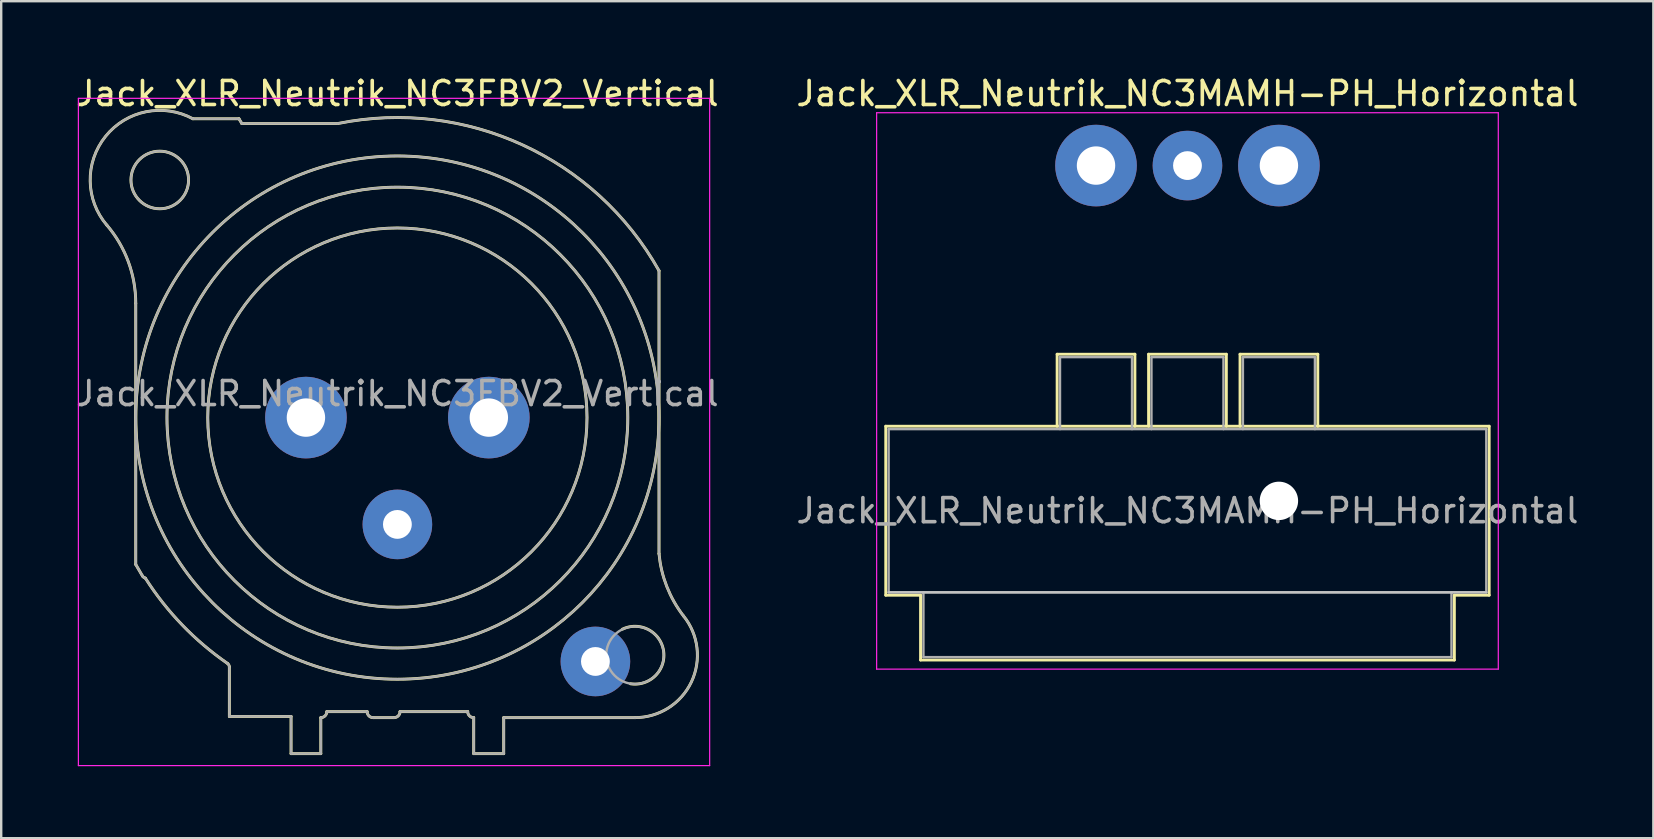
<source format=kicad_pcb>
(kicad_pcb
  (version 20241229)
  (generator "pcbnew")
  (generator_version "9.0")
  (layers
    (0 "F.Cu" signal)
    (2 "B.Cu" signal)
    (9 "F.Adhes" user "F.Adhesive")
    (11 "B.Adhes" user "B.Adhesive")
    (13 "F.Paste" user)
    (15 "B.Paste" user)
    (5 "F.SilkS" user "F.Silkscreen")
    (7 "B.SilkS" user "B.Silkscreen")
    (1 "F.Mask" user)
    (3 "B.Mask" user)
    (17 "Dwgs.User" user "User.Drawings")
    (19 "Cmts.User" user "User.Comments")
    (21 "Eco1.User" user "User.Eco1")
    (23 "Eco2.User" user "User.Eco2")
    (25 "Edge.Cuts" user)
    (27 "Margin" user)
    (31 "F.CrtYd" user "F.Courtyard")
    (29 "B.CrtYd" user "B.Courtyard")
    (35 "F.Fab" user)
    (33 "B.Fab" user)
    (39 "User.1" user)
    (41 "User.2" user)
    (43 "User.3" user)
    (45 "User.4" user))
  (footprint "Jack_XLR_Neutrik_NC3MAMH-PH_Horizontal"
    (layer "F.Cu")
    (at 42.613 3.848)
    (property "Reference" "Jack_XLR_Neutrik_NC3MAMH-PH_Horizontal" (at 3.81 -3 0) (layer "F.SilkS") (effects (font (size 1 1) (thickness 0.15))))
    (attr through_hole)
    (fp_line (start -8.76 10.86) (end 16.38 10.86) (stroke (width 0.12) (type solid)) (layer "F.SilkS"))
    (fp_line (start -8.76 17.9) (end -8.76 10.86) (stroke (width 0.12) (type solid)) (layer "F.SilkS"))
    (fp_line (start -7.31 17.9) (end -8.76 17.9) (stroke (width 0.12) (type solid)) (layer "F.SilkS"))
    (fp_line (start -7.31 17.9) (end -7.31 20.6) (stroke (width 0.12) (type solid)) (layer "F.SilkS"))
    (fp_line (start -1.62 10.86) (end -1.62 7.86) (stroke (width 0.12) (type solid)) (layer "F.SilkS"))
    (fp_line (start 1.62 7.86) (end -1.62 7.86) (stroke (width 0.12) (type solid)) (layer "F.SilkS"))
    (fp_line (start 1.62 10.86) (end 1.62 7.86) (stroke (width 0.12) (type solid)) (layer "F.SilkS"))
    (fp_line (start 2.19 10.86) (end 2.19 7.86) (stroke (width 0.12) (type solid)) (layer "F.SilkS"))
    (fp_line (start 5.43 7.86) (end 2.19 7.86) (stroke (width 0.12) (type solid)) (layer "F.SilkS"))
    (fp_line (start 5.43 10.86) (end 5.43 7.86) (stroke (width 0.12) (type solid)) (layer "F.SilkS"))
    (fp_line (start 6 10.86) (end 6 7.86) (stroke (width 0.12) (type solid)) (layer "F.SilkS"))
    (fp_line (start 9.24 7.86) (end 6 7.86) (stroke (width 0.12) (type solid)) (layer "F.SilkS"))
    (fp_line (start 9.24 10.86) (end 9.24 7.86) (stroke (width 0.12) (type solid)) (layer "F.SilkS"))
    (fp_line (start 14.93 17.9) (end 14.93 20.6) (stroke (width 0.12) (type solid)) (layer "F.SilkS"))
    (fp_line (start 14.93 20.6) (end -7.31 20.6) (stroke (width 0.12) (type solid)) (layer "F.SilkS"))
    (fp_line (start 16.38 17.9) (end 14.93 17.9) (stroke (width 0.12) (type solid)) (layer "F.SilkS"))
    (fp_line (start 16.38 17.9) (end 16.38 10.86) (stroke (width 0.12) (type solid)) (layer "F.SilkS"))
    (fp_line (start 16.26 17.78) (end -8.64 17.78) (stroke (width 0.1) (type solid)) (layer "Dwgs.User"))
    (fp_line (start -9.14 20.98) (end -9.14 -2.2) (stroke (width 0.05) (type solid)) (layer "F.CrtYd"))
    (fp_line (start 16.76 -2.2) (end -9.14 -2.2) (stroke (width 0.05) (type solid)) (layer "F.CrtYd"))
    (fp_line (start 16.76 20.98) (end -9.14 20.98) (stroke (width 0.05) (type solid)) (layer "F.CrtYd"))
    (fp_line (start 16.76 20.98) (end 16.76 -2.2) (stroke (width 0.05) (type solid)) (layer "F.CrtYd"))
    (fp_line (start -8.64 10.98) (end 16.26 10.98) (stroke (width 0.1) (type solid)) (layer "F.Fab"))
    (fp_line (start -8.64 17.78) (end -8.64 10.98) (stroke (width 0.1) (type solid)) (layer "F.Fab"))
    (fp_line (start -7.19 20.48) (end -7.19 17.78) (stroke (width 0.1) (type solid)) (layer "F.Fab"))
    (fp_line (start -1.5 7.98) (end -1.5 10.98) (stroke (width 0.1) (type solid)) (layer "F.Fab"))
    (fp_line (start 1.5 7.98) (end -1.5 7.98) (stroke (width 0.1) (type solid)) (layer "F.Fab"))
    (fp_line (start 1.5 10.98) (end 1.5 7.98) (stroke (width 0.1) (type solid)) (layer "F.Fab"))
    (fp_line (start 2.31 10.98) (end 2.31 7.98) (stroke (width 0.1) (type solid)) (layer "F.Fab"))
    (fp_line (start 5.31 7.98) (end 2.31 7.98) (stroke (width 0.1) (type solid)) (layer "F.Fab"))
    (fp_line (start 5.31 10.98) (end 5.31 7.98) (stroke (width 0.1) (type solid)) (layer "F.Fab"))
    (fp_line (start 6.12 10.98) (end 6.12 7.98) (stroke (width 0.1) (type solid)) (layer "F.Fab"))
    (fp_line (start 9.12 7.98) (end 6.12 7.98) (stroke (width 0.1) (type solid)) (layer "F.Fab"))
    (fp_line (start 9.12 10.98) (end 9.12 7.98) (stroke (width 0.1) (type solid)) (layer "F.Fab"))
    (fp_line (start 14.81 17.78) (end 14.81 20.48) (stroke (width 0.1) (type solid)) (layer "F.Fab"))
    (fp_line (start 14.81 20.48) (end -7.19 20.48) (stroke (width 0.1) (type solid)) (layer "F.Fab"))
    (fp_line (start 16.26 10.98) (end 16.26 17.78) (stroke (width 0.1) (type solid)) (layer "F.Fab"))
    (fp_line (start 16.26 17.78) (end -8.64 17.78) (stroke (width 0.1) (type solid)) (layer "F.Fab"))
    (fp_text user "${REFERENCE}" (at 3.81 14.38 0) (layer "F.Fab") (effects (font (size 1 1) (thickness 0.15))))
    (pad "" np_thru_hole circle (at 7.62 13.97) (size 1.6 1.6) (drill 1.6) (layers "*.Cu" "*.Mask"))
    (pad "1" thru_hole circle (at 0 0) (size 3.4 3.4) (drill 1.6) (layers "*.Cu" "*.Mask"))
    (pad "2" thru_hole circle (at 7.62 0) (size 3.4 3.4) (drill 1.6) (layers "*.Cu" "*.Mask"))
    (pad "3" thru_hole circle (at 3.81 0) (size 2.9 2.9) (drill 1.2) (layers "*.Cu" "*.Mask")))
  (footprint "Jack_XLR_Neutrik_NC3FBV2_Vertical"
    (layer "F.Cu")
    (at 17.316 14.348)
    (property "Reference" "Jack_XLR_Neutrik_NC3FBV2_Vertical" (at -3.81 -13.5 0) (layer "F.SilkS") (effects (font (size 1 1) (thickness 0.15))))
    (attr through_hole)
    (fp_line (start -14.71 -4.76) (end -14.71 6.12) (stroke (width 0.12) (type solid)) (layer "F.SilkS"))
    (fp_line (start -14.71 6.12) (end -14.43 6.6) (stroke (width 0.12) (type solid)) (layer "F.SilkS"))
    (fp_line (start -10.81 10.39) (end -10.81 12.45) (stroke (width 0.12) (type solid)) (layer "F.SilkS"))
    (fp_line (start -10.81 12.45) (end -8.24 12.45) (stroke (width 0.12) (type solid)) (layer "F.SilkS"))
    (fp_line (start -10.41 -12.45) (end -12.33 -12.45) (stroke (width 0.12) (type solid)) (layer "F.SilkS"))
    (fp_line (start -10.29 -12.25) (end -10.41 -12.45) (stroke (width 0.12) (type solid)) (layer "F.SilkS"))
    (fp_line (start -8.24 12.45) (end -8.24 14) (stroke (width 0.12) (type solid)) (layer "F.SilkS"))
    (fp_line (start -7 14) (end -8.24 14) (stroke (width 0.12) (type solid)) (layer "F.SilkS"))
    (fp_line (start -7 14) (end -7 12.5) (stroke (width 0.12) (type solid)) (layer "F.SilkS"))
    (fp_line (start -6.75 12.25) (end -5.07 12.25) (stroke (width 0.12) (type solid)) (layer "F.SilkS"))
    (fp_line (start -6.3 -12.25) (end -10.29 -12.25) (stroke (width 0.12) (type solid)) (layer "F.SilkS"))
    (fp_line (start -4.82 12.5) (end -3.95 12.5) (stroke (width 0.12) (type solid)) (layer "F.SilkS"))
    (fp_line (start -3.7 12.25) (end -0.88 12.25) (stroke (width 0.12) (type solid)) (layer "F.SilkS"))
    (fp_line (start -0.63 12.5) (end -0.63 14) (stroke (width 0.12) (type solid)) (layer "F.SilkS"))
    (fp_line (start 0.62 12.5) (end 6.09 12.5) (stroke (width 0.12) (type solid)) (layer "F.SilkS"))
    (fp_line (start 0.62 14) (end -0.63 14) (stroke (width 0.12) (type solid)) (layer "F.SilkS"))
    (fp_line (start 0.62 14) (end 0.62 12.5) (stroke (width 0.12) (type solid)) (layer "F.SilkS"))
    (fp_line (start 7.09 5.67) (end 7.09 -6.12) (stroke (width 0.12) (type solid)) (layer "F.SilkS"))
    (fp_arc (start -15.916051 -8.020379) (mid -15.021177 -6.498148) (end -14.71 -4.76) (stroke (width 0.12) (type solid)) (layer "F.SilkS"))
    (fp_arc (start -15.908884 -8.010077) (mid -15.967404 -11.719623) (end -12.33 -12.45) (stroke (width 0.12) (type solid)) (layer "F.SilkS"))
    (fp_arc (start -14.313753 6.685219) (mid -14.379716 6.653303) (end -14.43 6.6) (stroke (width 0.12) (type solid)) (layer "F.SilkS"))
    (fp_arc (start -10.879208 10.248532) (mid -12.772983 8.641241) (end -14.31 6.69) (stroke (width 0.12) (type solid)) (layer "F.SilkS"))
    (fp_arc (start -10.874359 10.252686) (mid -10.828679 10.315015) (end -10.81 10.39) (stroke (width 0.12) (type solid)) (layer "F.SilkS"))
    (fp_arc (start -6.75 12.25) (mid -6.823223 12.426777) (end -7 12.5) (stroke (width 0.12) (type solid)) (layer "F.SilkS"))
    (fp_arc (start -6.283571 -12.253402) (mid 1.401126 -11.362596) (end 7.09 -6.12) (stroke (width 0.12) (type solid)) (layer "F.SilkS"))
    (fp_arc (start -4.82 12.5) (mid -4.996777 12.426777) (end -5.07 12.25) (stroke (width 0.12) (type solid)) (layer "F.SilkS"))
    (fp_arc (start -3.7 12.25) (mid -3.773223 12.426777) (end -3.95 12.5) (stroke (width 0.12) (type solid)) (layer "F.SilkS"))
    (fp_arc (start -0.63 12.5) (mid -0.806777 12.426777) (end -0.88 12.25) (stroke (width 0.12) (type solid)) (layer "F.SilkS"))
    (fp_arc (start 5.563083 8.81623) (mid 7.282057 9.723366) (end 5.9 11.09) (stroke (width 0.12) (type solid)) (layer "F.SilkS"))
    (fp_arc (start 8.110579 8.263767) (mid 8.436721 11.019329) (end 6.09 12.5) (stroke (width 0.12) (type solid)) (layer "F.SilkS"))
    (fp_arc (start 8.111727 8.266808) (mid 7.416073 7.041111) (end 7.09 5.67) (stroke (width 0.12) (type solid)) (layer "F.SilkS"))
    (fp_circle (center -13.71 -9.9) (end -12.51 -9.9) (stroke (width 0.12) (type solid)) (fill no) (layer "F.SilkS"))
    (fp_circle (center -3.81 0) (end 4.09 0) (stroke (width 0.12) (type solid)) (fill no) (layer "F.SilkS"))
    (fp_circle (center -3.81 0) (end 5.79 0) (stroke (width 0.12) (type solid)) (fill no) (layer "F.SilkS"))
    (fp_circle (center -3.81 0) (end 7.09 0) (stroke (width 0.12) (type solid)) (fill no) (layer "F.SilkS"))
    (fp_line (start -17.1 -13.3) (end 9.2 -13.3) (stroke (width 0.05) (type solid)) (layer "F.CrtYd"))
    (fp_line (start -17.1 14.5) (end -17.1 -13.3) (stroke (width 0.05) (type solid)) (layer "F.CrtYd"))
    (fp_line (start 9.2 -13.3) (end 9.2 14.5) (stroke (width 0.05) (type solid)) (layer "F.CrtYd"))
    (fp_line (start 9.2 14.5) (end -17.1 14.5) (stroke (width 0.05) (type solid)) (layer "F.CrtYd"))
    (fp_line (start -14.71 -4.76) (end -14.71 6.12) (stroke (width 0.1) (type solid)) (layer "F.Fab"))
    (fp_line (start -14.71 6.12) (end -14.43 6.6) (stroke (width 0.1) (type solid)) (layer "F.Fab"))
    (fp_line (start -10.81 10.39) (end -10.81 12.45) (stroke (width 0.1) (type solid)) (layer "F.Fab"))
    (fp_line (start -10.81 12.45) (end -8.24 12.45) (stroke (width 0.1) (type solid)) (layer "F.Fab"))
    (fp_line (start -10.41 -12.45) (end -12.33 -12.45) (stroke (width 0.1) (type solid)) (layer "F.Fab"))
    (fp_line (start -10.29 -12.25) (end -10.41 -12.45) (stroke (width 0.1) (type solid)) (layer "F.Fab"))
    (fp_line (start -8.24 12.45) (end -8.24 14) (stroke (width 0.1) (type solid)) (layer "F.Fab"))
    (fp_line (start -7 14) (end -8.24 14) (stroke (width 0.1) (type solid)) (layer "F.Fab"))
    (fp_line (start -7 14) (end -7 12.5) (stroke (width 0.1) (type solid)) (layer "F.Fab"))
    (fp_line (start -6.75 12.25) (end -5.07 12.25) (stroke (width 0.1) (type solid)) (layer "F.Fab"))
    (fp_line (start -6.3 -12.25) (end -10.29 -12.25) (stroke (width 0.1) (type solid)) (layer "F.Fab"))
    (fp_line (start -4.82 12.5) (end -3.95 12.5) (stroke (width 0.1) (type solid)) (layer "F.Fab"))
    (fp_line (start -3.7 12.25) (end -0.88 12.25) (stroke (width 0.1) (type solid)) (layer "F.Fab"))
    (fp_line (start -0.63 12.5) (end -0.63 14) (stroke (width 0.1) (type solid)) (layer "F.Fab"))
    (fp_line (start 0.62 12.5) (end 6.09 12.5) (stroke (width 0.1) (type solid)) (layer "F.Fab"))
    (fp_line (start 0.62 14) (end -0.63 14) (stroke (width 0.1) (type solid)) (layer "F.Fab"))
    (fp_line (start 0.62 14) (end 0.62 12.5) (stroke (width 0.1) (type solid)) (layer "F.Fab"))
    (fp_line (start 7.09 5.67) (end 7.09 -6.12) (stroke (width 0.1) (type solid)) (layer "F.Fab"))
    (fp_arc (start -15.916051 -8.020379) (mid -15.021177 -6.498148) (end -14.71 -4.76) (stroke (width 0.1) (type solid)) (layer "F.Fab"))
    (fp_arc (start -15.908884 -8.010077) (mid -15.967404 -11.719623) (end -12.33 -12.45) (stroke (width 0.1) (type solid)) (layer "F.Fab"))
    (fp_arc (start -14.313753 6.685219) (mid -14.379716 6.653303) (end -14.43 6.6) (stroke (width 0.1) (type solid)) (layer "F.Fab"))
    (fp_arc (start -10.879208 10.248532) (mid -12.772983 8.641241) (end -14.31 6.69) (stroke (width 0.1) (type solid)) (layer "F.Fab"))
    (fp_arc (start -10.874359 10.252686) (mid -10.828679 10.315015) (end -10.81 10.39) (stroke (width 0.1) (type solid)) (layer "F.Fab"))
    (fp_arc (start -6.75 12.25) (mid -6.823223 12.426777) (end -7 12.5) (stroke (width 0.1) (type solid)) (layer "F.Fab"))
    (fp_arc (start -6.283571 -12.253402) (mid 1.401126 -11.362596) (end 7.09 -6.12) (stroke (width 0.1) (type solid)) (layer "F.Fab"))
    (fp_arc (start -4.82 12.5) (mid -4.996777 12.426777) (end -5.07 12.25) (stroke (width 0.1) (type solid)) (layer "F.Fab"))
    (fp_arc (start -3.7 12.25) (mid -3.773223 12.426777) (end -3.95 12.5) (stroke (width 0.1) (type solid)) (layer "F.Fab"))
    (fp_arc (start -0.63 12.5) (mid -0.806777 12.426777) (end -0.88 12.25) (stroke (width 0.1) (type solid)) (layer "F.Fab"))
    (fp_arc (start 8.110579 8.263767) (mid 8.436721 11.019329) (end 6.09 12.5) (stroke (width 0.1) (type solid)) (layer "F.Fab"))
    (fp_arc (start 8.111727 8.266808) (mid 7.416073 7.041111) (end 7.09 5.67) (stroke (width 0.1) (type solid)) (layer "F.Fab"))
    (fp_circle (center -13.71 -9.9) (end -12.51 -9.9) (stroke (width 0.1) (type solid)) (fill no) (layer "F.Fab"))
    (fp_circle (center -3.81 0) (end 4.09 0) (stroke (width 0.1) (type solid)) (fill no) (layer "F.Fab"))
    (fp_circle (center -3.81 0) (end 5.79 0) (stroke (width 0.1) (type solid)) (fill no) (layer "F.Fab"))
    (fp_circle (center -3.81 0) (end 7.09 0) (stroke (width 0.1) (type solid)) (fill no) (layer "F.Fab"))
    (fp_circle (center 6.09 9.9) (end 7.29 9.9) (stroke (width 0.1) (type solid)) (fill no) (layer "F.Fab"))
    (fp_text user "${REFERENCE}" (at -3.81 -1 0) (layer "F.Fab") (effects (font (size 1 1) (thickness 0.15))))
    (pad "1" thru_hole circle (at 0 0) (size 3.4 3.4) (drill 1.6) (layers "*.Cu" "*.Mask"))
    (pad "2" thru_hole circle (at -7.62 0) (size 3.4 3.4) (drill 1.6) (layers "*.Cu" "*.Mask"))
    (pad "3" thru_hole circle (at -3.81 4.45) (size 2.9 2.9) (drill 1.2) (layers "*.Cu" "*.Mask"))
    (pad "G" thru_hole circle (at 4.44 10.16) (size 2.9 2.9) (drill 1.2) (layers "*.Cu" "*.Mask")))
  (gr_rect
    (start -3 -3)
    (end 65.833 31.873)
    (stroke (width 0.1) (type default))
    (fill no)
    (layer "Edge.Cuts")))
</source>
